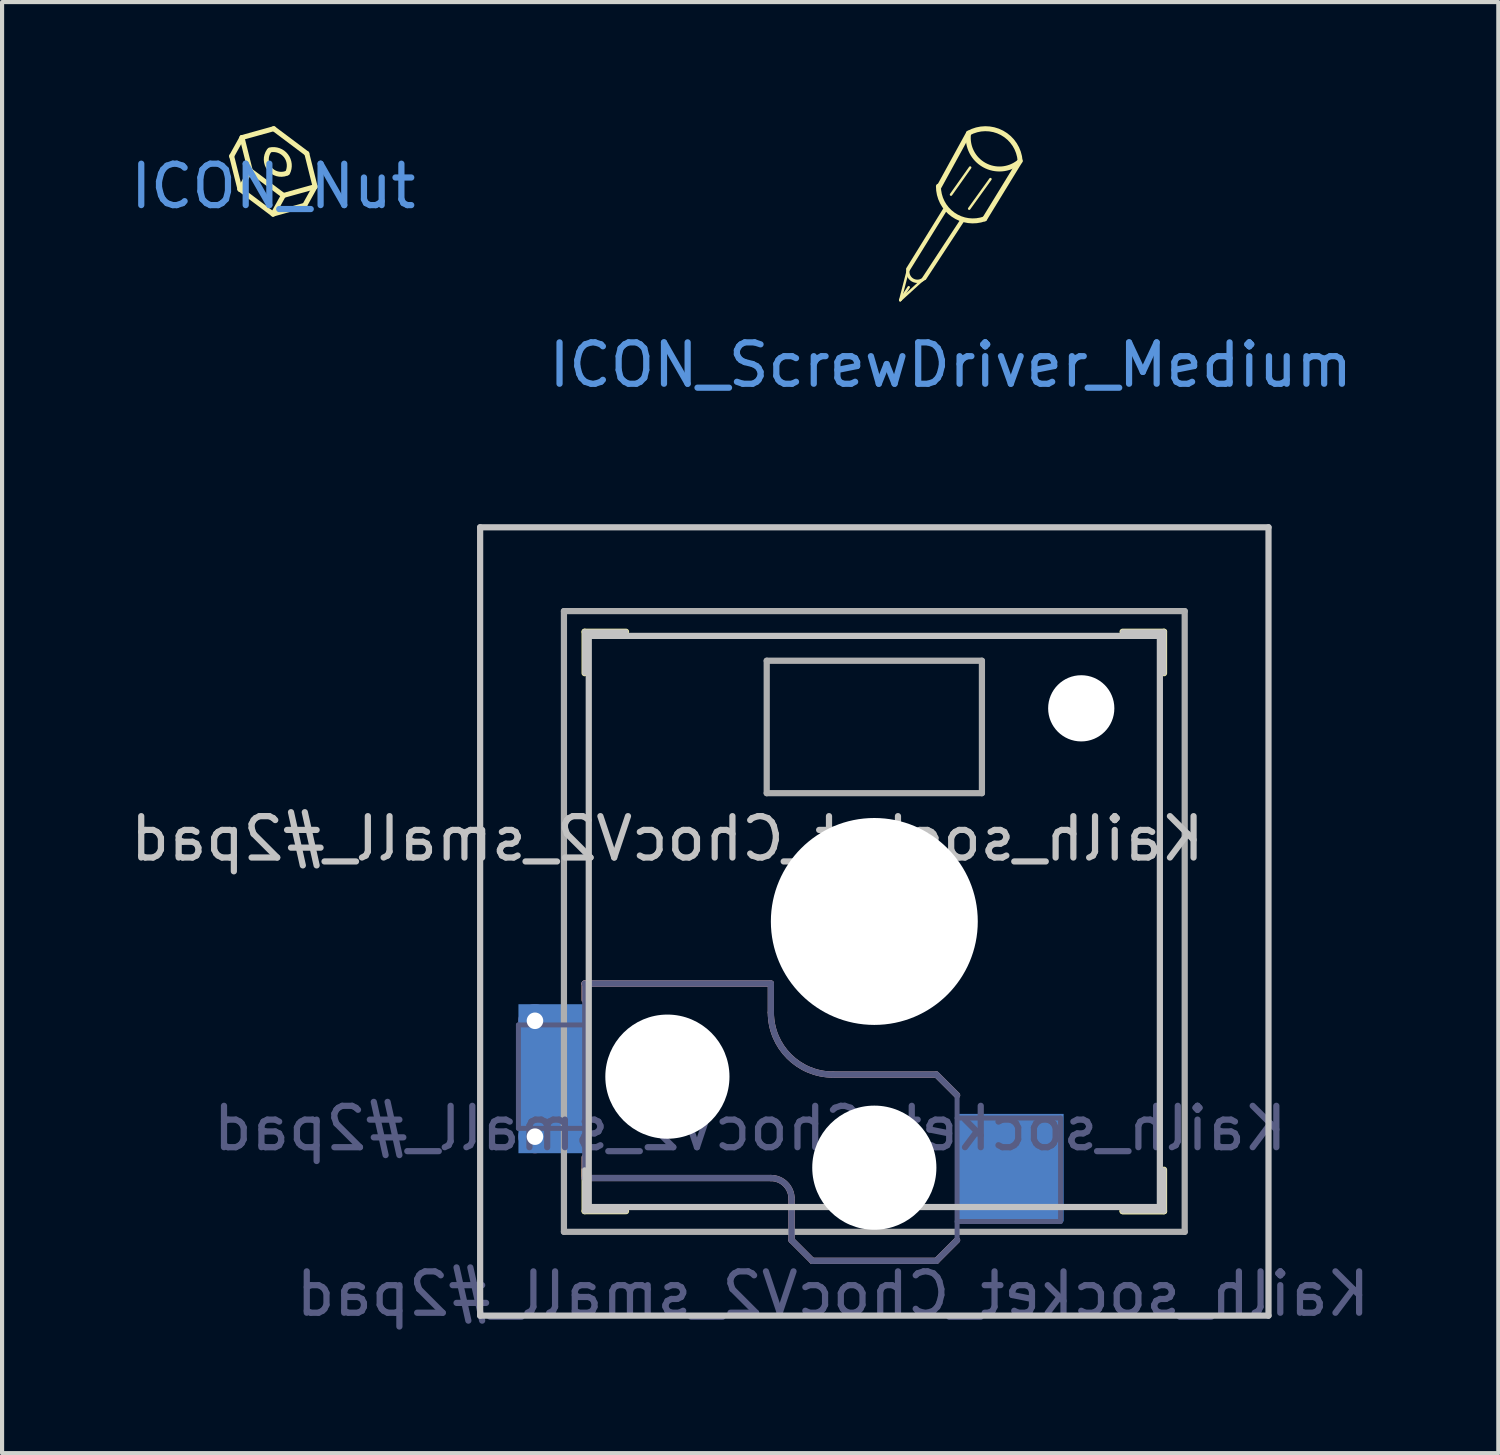
<source format=kicad_pcb>
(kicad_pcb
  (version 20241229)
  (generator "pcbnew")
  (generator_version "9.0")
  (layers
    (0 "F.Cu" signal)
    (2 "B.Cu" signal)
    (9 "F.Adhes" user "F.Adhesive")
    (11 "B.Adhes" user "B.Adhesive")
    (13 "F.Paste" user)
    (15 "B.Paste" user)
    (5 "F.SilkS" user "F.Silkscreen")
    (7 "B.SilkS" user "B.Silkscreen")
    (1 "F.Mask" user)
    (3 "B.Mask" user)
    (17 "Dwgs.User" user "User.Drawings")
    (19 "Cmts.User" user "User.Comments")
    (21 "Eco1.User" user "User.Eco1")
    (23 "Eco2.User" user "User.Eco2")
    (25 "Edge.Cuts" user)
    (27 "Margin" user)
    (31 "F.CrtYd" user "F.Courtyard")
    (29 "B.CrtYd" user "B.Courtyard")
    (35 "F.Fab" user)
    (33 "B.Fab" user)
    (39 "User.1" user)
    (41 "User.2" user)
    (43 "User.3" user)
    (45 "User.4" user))
  (footprint "ICON_Nut"
    (layer "F.Cu")
    (at 3.554 0.951)
    (property "Reference" "ICON_Nut" (at 0 0.5 0) (layer "Cmts.User") (effects (font (size 1 1) (thickness 0.15))))
    (attr through_hole)
    (fp_line (start -1.006 -0.228) (end -0.806 0.572) (stroke (width 0.12) (type solid)) (layer "F.SilkS"))
    (fp_line (start -1.006 -0.228) (end -0.756 -0.678) (stroke (width 0.12) (type solid)) (layer "F.SilkS"))
    (fp_line (start -0.806 0.572) (end -0.556 0.122) (stroke (width 0.12) (type solid)) (layer "F.SilkS"))
    (fp_line (start -0.806 0.572) (end -0.006 1.172) (stroke (width 0.12) (type solid)) (layer "F.SilkS"))
    (fp_line (start -0.756 -0.678) (end -0.556 0.122) (stroke (width 0.12) (type solid)) (layer "F.SilkS"))
    (fp_line (start -0.756 -0.678) (end 0.01 -0.891) (stroke (width 0.12) (type solid)) (layer "F.SilkS"))
    (fp_line (start -0.556 0.122) (end 0.244 0.722) (stroke (width 0.12) (type solid)) (layer "F.SilkS"))
    (fp_line (start -0.006 1.172) (end 0.244 0.722) (stroke (width 0.12) (type solid)) (layer "F.SilkS"))
    (fp_line (start -0.006 1.172) (end 0.76 0.959) (stroke (width 0.12) (type solid)) (layer "F.SilkS"))
    (fp_line (start 0.01 -0.891) (end 0.81 -0.291) (stroke (width 0.12) (type solid)) (layer "F.SilkS"))
    (fp_line (start 0.244 0.722) (end 1.01 0.509) (stroke (width 0.12) (type solid)) (layer "F.SilkS"))
    (fp_line (start 0.76 0.959) (end 1.01 0.509) (stroke (width 0.12) (type solid)) (layer "F.SilkS"))
    (fp_line (start 0.81 -0.291) (end 1.01 0.509) (stroke (width 0.12) (type solid)) (layer "F.SilkS"))
    (fp_arc (start -0.083511 -0.37778) (mid 0.306385 -0.236262) (end 0.34415 0.176805) (stroke (width 0.12) (type default)) (layer "F.SilkS"))
    (fp_arc (start 0.315972 0.188694) (mid -0.093557 0.072705) (end -0.10585 -0.35278) (stroke (width 0.12) (type default)) (layer "F.SilkS")))
  (footprint "ICON_ScrewDriver_Medium"
    (layer "F.Cu")
    (at 19.923 5.268)
    (property "Reference" "ICON_ScrewDriver_Medium" (at 0 0.5 0) (layer "Cmts.User") (effects (font (size 1 1) (thickness 0.15))))
    (attr through_hole)
    (fp_line (start -1.026 -1.819) (end -1.22 -1.065) (stroke (width 0.06) (type solid)) (layer "F.SilkS"))
    (fp_line (start -1.015 -1.377) (end -1.22 -1.065) (stroke (width 0.06) (type solid)) (layer "F.SilkS"))
    (fp_line (start -0.635 -1.598) (end -1.22 -1.065) (stroke (width 0.06) (type solid)) (layer "F.SilkS"))
    (fp_line (start -0.14 -3.25) (end -1.026 -1.819) (stroke (width 0.1) (type solid)) (layer "F.SilkS"))
    (fp_line (start 0.007 -3.615) (end 0.47 -4.27) (stroke (width 0.06) (type solid)) (layer "F.SilkS"))
    (fp_line (start 0.29 -3.01) (end -0.635 -1.598) (stroke (width 0.1) (type solid)) (layer "F.SilkS"))
    (fp_line (start 0.43 -5.1) (end -0.278 -3.809) (stroke (width 0.12) (type solid)) (layer "F.SilkS"))
    (fp_line (start 0.446 -3.275) (end 0.96 -3.99) (stroke (width 0.06) (type solid)) (layer "F.SilkS"))
    (fp_line (start 1.677 -4.429) (end 0.82 -3.03) (stroke (width 0.12) (type solid)) (layer "F.SilkS"))
    (fp_arc (start -0.634754 -1.597805) (mid -0.92 -1.55) (end -1.026413 -1.818936) (stroke (width 0.08) (type default)) (layer "F.SilkS"))
    (fp_arc (start 0.43 -5.1) (mid 1.238329 -5.107975) (end 1.676972 -4.428968) (stroke (width 0.12) (type solid)) (layer "F.SilkS"))
    (fp_arc (start 0.82 -3.03) (mid 0.055649 -3.13259) (end -0.296518 -3.818691) (stroke (width 0.12) (type solid)) (layer "F.SilkS"))
    (fp_arc (start 1.646463 -4.397983) (mid 0.81 -4.33) (end 0.429 -5.077751) (stroke (width 0.12) (type solid)) (layer "F.SilkS")))
  (footprint "Kailh_socket_ChocV2_small_#2pad"
    (layer "F.Cu")
    (at 18.077 19.216)
    (property "Reference" "Kailh_socket_ChocV2_small_#2pad" (at -5 -2 0) (layer "Dwgs.User") (effects (font (size 1 1) (thickness 0.15)) (justify mirror)))
    (property "Value" "Kailh_socket_ChocV2_small_#2pad" (at 0 8.255 0) (layer "F.Fab") (hide yes) (effects (font (size 1 1) (thickness 0.15))))
    (attr through_hole)
    (fp_line (start -7 -6) (end -7 -7) (stroke (width 0.15) (type solid)) (layer "F.SilkS"))
    (fp_line (start -7 7) (end -7 6) (stroke (width 0.15) (type solid)) (layer "F.SilkS"))
    (fp_line (start -7 7) (end -6 7) (stroke (width 0.15) (type solid)) (layer "F.SilkS"))
    (fp_line (start -6 -7) (end -7 -7) (stroke (width 0.15) (type solid)) (layer "F.SilkS"))
    (fp_line (start 6 7) (end 7 7) (stroke (width 0.15) (type solid)) (layer "F.SilkS"))
    (fp_line (start 7 -7) (end 6 -7) (stroke (width 0.15) (type solid)) (layer "F.SilkS"))
    (fp_line (start 7 -7) (end 7 -6) (stroke (width 0.15) (type solid)) (layer "F.SilkS"))
    (fp_line (start 7 6) (end 7 7) (stroke (width 0.15) (type solid)) (layer "F.SilkS"))
    (fp_line (start 7 7) (end 6 7) (stroke (width 0.15) (type solid)) (layer "F.SilkS"))
    (fp_line (start -7 1.5) (end -7 1.9) (stroke (width 0.15) (type solid)) (layer "B.SilkS"))
    (fp_line (start -7 5.7) (end -7 6.2) (stroke (width 0.15) (type solid)) (layer "B.SilkS"))
    (fp_line (start -7 6.2) (end -2.5 6.2) (stroke (width 0.15) (type solid)) (layer "B.SilkS"))
    (fp_line (start -2.5 1.5) (end -7 1.5) (stroke (width 0.15) (type solid)) (layer "B.SilkS"))
    (fp_line (start -2.5 2.2) (end -2.5 1.5) (stroke (width 0.15) (type solid)) (layer "B.SilkS"))
    (fp_line (start -2 6.7) (end -2 7.7) (stroke (width 0.15) (type solid)) (layer "B.SilkS"))
    (fp_line (start -1.5 8.2) (end -2 7.7) (stroke (width 0.15) (type solid)) (layer "B.SilkS"))
    (fp_line (start 1.5 3.7) (end -1 3.7) (stroke (width 0.15) (type solid)) (layer "B.SilkS"))
    (fp_line (start 1.5 8.2) (end -1.5 8.2) (stroke (width 0.15) (type solid)) (layer "B.SilkS"))
    (fp_line (start 2 4.2) (end 1.5 3.7) (stroke (width 0.15) (type solid)) (layer "B.SilkS"))
    (fp_line (start 2 7.7) (end 1.5 8.2) (stroke (width 0.15) (type solid)) (layer "B.SilkS"))
    (fp_arc (start -2.5 6.2) (mid -2.146447 6.346447) (end -2 6.7) (stroke (width 0.15) (type solid)) (layer "B.SilkS"))
    (fp_arc (start -1 3.7) (mid -2.06066 3.26066) (end -2.5 2.2) (stroke (width 0.15) (type solid)) (layer "B.SilkS"))
    (fp_line (start -9.525 -9.525) (end 9.525 -9.525) (stroke (width 0.15) (type solid)) (layer "Dwgs.User"))
    (fp_line (start -9.525 9.525) (end -9.525 -9.525) (stroke (width 0.15) (type solid)) (layer "Dwgs.User"))
    (fp_line (start -7 -7) (end -7 -6) (stroke (width 0.12) (type solid)) (layer "Dwgs.User"))
    (fp_line (start -7 -7) (end -6 -7) (stroke (width 0.12) (type solid)) (layer "Dwgs.User"))
    (fp_line (start -7 7) (end -7 6) (stroke (width 0.12) (type solid)) (layer "Dwgs.User"))
    (fp_line (start -7 7) (end -6 7) (stroke (width 0.12) (type solid)) (layer "Dwgs.User"))
    (fp_line (start -6.9 6.9) (end -6.9 -6.9) (stroke (width 0.15) (type solid)) (layer "Dwgs.User"))
    (fp_line (start -6.9 6.9) (end 6.9 6.9) (stroke (width 0.15) (type solid)) (layer "Dwgs.User"))
    (fp_line (start 6.9 -6.9) (end -6.9 -6.9) (stroke (width 0.15) (type solid)) (layer "Dwgs.User"))
    (fp_line (start 6.9 -6.9) (end 6.9 6.9) (stroke (width 0.15) (type solid)) (layer "Dwgs.User"))
    (fp_line (start 7 -7) (end 6 -7) (stroke (width 0.12) (type solid)) (layer "Dwgs.User"))
    (fp_line (start 7 -7) (end 7 -6) (stroke (width 0.12) (type solid)) (layer "Dwgs.User"))
    (fp_line (start 7 7) (end 6 7) (stroke (width 0.12) (type solid)) (layer "Dwgs.User"))
    (fp_line (start 7 7) (end 7 6) (stroke (width 0.12) (type solid)) (layer "Dwgs.User"))
    (fp_line (start 9.525 -9.525) (end 9.525 9.525) (stroke (width 0.15) (type solid)) (layer "Dwgs.User"))
    (fp_line (start 9.525 9.525) (end -9.525 9.525) (stroke (width 0.15) (type solid)) (layer "Dwgs.User"))
    (fp_line (start -8.6 2.5) (end -7 2.5) (stroke (width 0.12) (type solid)) (layer "B.Fab"))
    (fp_line (start -8.6 5) (end -8.6 2.5) (stroke (width 0.12) (type solid)) (layer "B.Fab"))
    (fp_line (start -7 1.5) (end -7 6.2) (stroke (width 0.12) (type solid)) (layer "B.Fab"))
    (fp_line (start -7 5) (end -8.6 5) (stroke (width 0.12) (type solid)) (layer "B.Fab"))
    (fp_line (start -7 6.2) (end -2.5 6.2) (stroke (width 0.15) (type solid)) (layer "B.Fab"))
    (fp_line (start -2.5 1.5) (end -7 1.5) (stroke (width 0.15) (type solid)) (layer "B.Fab"))
    (fp_line (start -2.5 2.2) (end -2.5 1.5) (stroke (width 0.15) (type solid)) (layer "B.Fab"))
    (fp_line (start -2 6.7) (end -2 7.7) (stroke (width 0.15) (type solid)) (layer "B.Fab"))
    (fp_line (start -1.5 8.2) (end -2 7.7) (stroke (width 0.15) (type solid)) (layer "B.Fab"))
    (fp_line (start 1.5 3.7) (end -1 3.7) (stroke (width 0.15) (type solid)) (layer "B.Fab"))
    (fp_line (start 1.5 8.2) (end -1.5 8.2) (stroke (width 0.15) (type solid)) (layer "B.Fab"))
    (fp_line (start 2 4.2) (end 1.5 3.7) (stroke (width 0.15) (type solid)) (layer "B.Fab"))
    (fp_line (start 2 4.25) (end 2 7.7) (stroke (width 0.12) (type solid)) (layer "B.Fab"))
    (fp_line (start 2 4.75) (end 4.5 4.75) (stroke (width 0.12) (type solid)) (layer "B.Fab"))
    (fp_line (start 2 7.7) (end 1.5 8.2) (stroke (width 0.15) (type solid)) (layer "B.Fab"))
    (fp_line (start 4.5 4.75) (end 4.5 7.25) (stroke (width 0.12) (type solid)) (layer "B.Fab"))
    (fp_line (start 4.5 7.25) (end 2 7.25) (stroke (width 0.12) (type solid)) (layer "B.Fab"))
    (fp_arc (start -2.5 6.2) (mid -2.146447 6.346447) (end -2 6.7) (stroke (width 0.15) (type solid)) (layer "B.Fab"))
    (fp_arc (start -1 3.7) (mid -2.06066 3.26066) (end -2.5 2.2) (stroke (width 0.15) (type solid)) (layer "B.Fab"))
    (fp_line (start -7.5 -7.5) (end 7.5 -7.5) (stroke (width 0.15) (type solid)) (layer "F.Fab"))
    (fp_line (start -7.5 7.5) (end -7.5 -7.5) (stroke (width 0.15) (type solid)) (layer "F.Fab"))
    (fp_line (start -2.6 -3.1) (end -2.6 -6.3) (stroke (width 0.15) (type solid)) (layer "F.Fab"))
    (fp_line (start -2.6 -3.1) (end 2.6 -3.1) (stroke (width 0.15) (type solid)) (layer "F.Fab"))
    (fp_line (start 2.6 -6.3) (end -2.6 -6.3) (stroke (width 0.15) (type solid)) (layer "F.Fab"))
    (fp_line (start 2.6 -3.1) (end 2.6 -6.3) (stroke (width 0.15) (type solid)) (layer "F.Fab"))
    (fp_line (start 7.5 -7.5) (end 7.5 7.5) (stroke (width 0.15) (type solid)) (layer "F.Fab"))
    (fp_line (start 7.5 7.5) (end -7.5 7.5) (stroke (width 0.15) (type solid)) (layer "F.Fab"))
    (fp_text user "${VALUE}" (at -1 9 0) (layer "B.Fab") (effects (font (size 1 1) (thickness 0.15)) (justify mirror)))
    (fp_text user "${REFERENCE}" (at -3 5 0) (layer "B.Fab") (effects (font (size 1 1) (thickness 0.15)) (justify mirror)))
    (pad "" np_thru_hole circle (at -5 3.75) (size 3 3) (drill 3) (layers "*.Cu" "*.Mask"))
    (pad "" np_thru_hole circle (at 0 0) (size 5 5) (drill 5) (layers "*.Cu" "*.Mask"))
    (pad "" np_thru_hole circle (at 0 5.95) (size 3 3) (drill 3) (layers "*.Cu" "*.Mask"))
    (pad "" np_thru_hole circle (at 5 -5.15) (size 1.6 1.6) (drill 1.6) (layers "*.Cu" "*.Mask"))
    (pad "1" smd rect (at 3.275 5.95) (size 2.6 2.6) (layers "B.Cu" "B.Mask" "B.Paste"))
    (pad "2" thru_hole circle (at -8.2 2.4) (size 0.8 0.8) (drill 0.4) (layers "*.Cu" "*.Mask"))
    (pad "2" thru_hole circle (at -8.2 5.2) (size 0.8 0.8) (drill 0.4) (layers "*.Cu" "*.Mask"))
    (pad "2" smd rect (at -7.787 3.8) (size 1.625 3.6) (layers "B.Cu" "B.Mask" "B.Paste")))
  (gr_rect
    (start -3 -3)
    (end 33.155 32.064)
    (stroke (width 0.1) (type default))
    (fill no)
    (layer "Edge.Cuts")))
</source>
